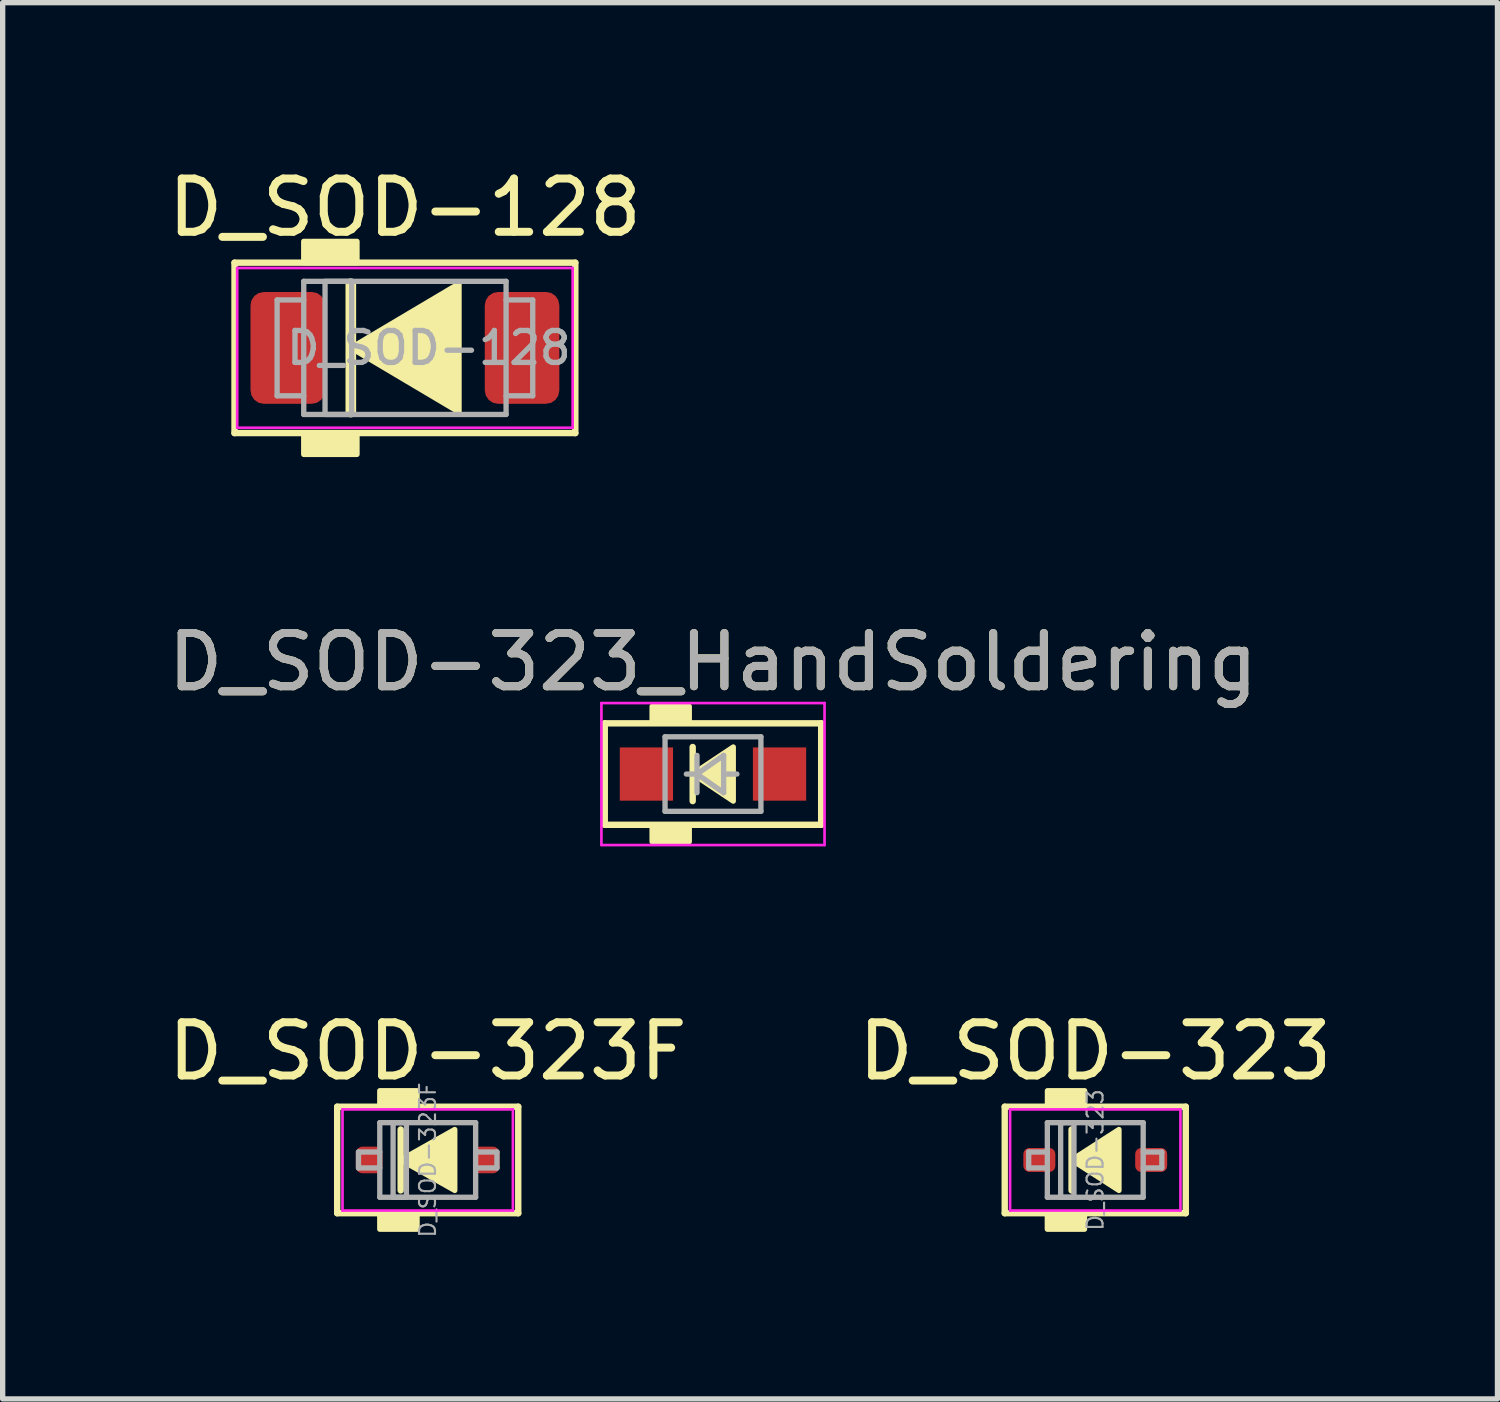
<source format=kicad_pcb>
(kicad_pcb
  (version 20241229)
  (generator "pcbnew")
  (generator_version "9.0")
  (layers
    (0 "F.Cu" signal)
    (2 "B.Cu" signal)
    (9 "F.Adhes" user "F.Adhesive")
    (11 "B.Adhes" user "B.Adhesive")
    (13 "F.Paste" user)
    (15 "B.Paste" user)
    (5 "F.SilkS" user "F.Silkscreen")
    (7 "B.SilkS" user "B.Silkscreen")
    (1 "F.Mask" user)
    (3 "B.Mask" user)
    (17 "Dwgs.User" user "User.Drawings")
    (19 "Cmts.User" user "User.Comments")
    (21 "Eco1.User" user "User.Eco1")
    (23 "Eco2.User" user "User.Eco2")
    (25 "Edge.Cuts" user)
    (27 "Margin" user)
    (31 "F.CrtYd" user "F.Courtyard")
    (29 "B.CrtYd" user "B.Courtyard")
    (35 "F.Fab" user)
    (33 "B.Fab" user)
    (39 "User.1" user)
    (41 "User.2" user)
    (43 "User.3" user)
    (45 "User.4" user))
  (footprint "D_SOD-323F"
    (layer "F.Cu")
    (at 4.982 18.733)
    (property "Reference" "D_SOD-323F" (at 0 -2.041 0) (layer "F.SilkS") (effects (font (size 1 1) (thickness 0.15))))
    (attr smd)
    (fp_line (start -1.7 -1) (end -1.7 1) (stroke (width 0.12) (type solid)) (layer "F.SilkS"))
    (fp_line (start -1.7 1) (end 1.7 1) (stroke (width 0.12) (type solid)) (layer "F.SilkS"))
    (fp_line (start -0.508 -0.572) (end -0.508 0.572) (stroke (width 0.12) (type solid)) (layer "F.SilkS"))
    (fp_line (start 1.7 -1) (end -1.7 -1) (stroke (width 0.12) (type solid)) (layer "F.SilkS"))
    (fp_line (start 1.7 1) (end 1.7 -1) (stroke (width 0.12) (type solid)) (layer "F.SilkS"))
    (fp_poly (pts (xy 0.508 0.572) (xy -0.508 0) (xy 0.508 -0.572)) (stroke (width 0.1) (type solid)) (fill yes) (layer "F.SilkS"))
    (fp_poly (pts (xy -0.2 -1) (xy -0.9 -1) (xy -0.9 -1.3) (xy -0.2 -1.3)) (stroke (width 0.1) (type solid)) (fill yes) (layer "F.SilkS"))
    (fp_poly (pts (xy -0.2 1.3) (xy -0.9 1.3) (xy -0.9 1) (xy -0.2 1)) (stroke (width 0.1) (type solid)) (fill yes) (layer "F.SilkS"))
    (fp_line (start -1.6 -0.95) (end -1.6 0.95) (stroke (width 0.05) (type solid)) (layer "F.CrtYd"))
    (fp_line (start -1.6 -0.95) (end 1.6 -0.95) (stroke (width 0.05) (type solid)) (layer "F.CrtYd"))
    (fp_line (start -1.6 0.95) (end 1.6 0.95) (stroke (width 0.05) (type solid)) (layer "F.CrtYd"))
    (fp_line (start 1.6 -0.95) (end 1.6 0.95) (stroke (width 0.05) (type solid)) (layer "F.CrtYd"))
    (fp_line (start -1.3 -0.15) (end -1.3 0.15) (stroke (width 0.1) (type solid)) (layer "F.Fab"))
    (fp_line (start -1.3 -0.15) (end -0.9 -0.15) (stroke (width 0.1) (type solid)) (layer "F.Fab"))
    (fp_line (start -1.3 0.15) (end -0.9 0.15) (stroke (width 0.1) (type solid)) (layer "F.Fab"))
    (fp_line (start -0.9 -0.7) (end 0.9 -0.7) (stroke (width 0.1) (type solid)) (layer "F.Fab"))
    (fp_line (start -0.9 0.7) (end -0.9 -0.7) (stroke (width 0.1) (type solid)) (layer "F.Fab"))
    (fp_line (start 0.9 -0.7) (end 0.9 0.7) (stroke (width 0.1) (type solid)) (layer "F.Fab"))
    (fp_line (start 0.9 0.7) (end -0.9 0.7) (stroke (width 0.1) (type solid)) (layer "F.Fab"))
    (fp_line (start 1.3 -0.15) (end 0.9 -0.15) (stroke (width 0.1) (type solid)) (layer "F.Fab"))
    (fp_line (start 1.3 0.15) (end 0.9 0.15) (stroke (width 0.1) (type solid)) (layer "F.Fab"))
    (fp_line (start 1.3 0.15) (end 1.3 -0.15) (stroke (width 0.1) (type solid)) (layer "F.Fab"))
    (fp_rect (start -0.65 -0.7) (end -0.4 0.7) (stroke (width 0.1) (type solid)) (fill no) (layer "F.Fab"))
    (fp_text user "${REFERENCE}" (at 0 0 270) (layer "F.Fab") (effects (font (size 0.3 0.3) (thickness 0.04))))
    (pad "1" smd roundrect (at -1.1 0) (size 0.5 0.5) (layers "F.Cu" "F.Mask" "F.Paste") (roundrect_rratio 0.25))
    (pad "2" smd roundrect (at 1.1 0) (size 0.5 0.5) (layers "F.Cu" "F.Mask" "F.Paste") (roundrect_rratio 0.25)))
  (footprint "D_SOD-323"
    (layer "F.Cu")
    (at 17.518 18.733)
    (property "Reference" "D_SOD-323" (at 0 -2.041 0) (layer "F.SilkS") (effects (font (size 1 1) (thickness 0.15))))
    (attr smd)
    (fp_line (start -1.7 -1) (end -1.7 1) (stroke (width 0.12) (type solid)) (layer "F.SilkS"))
    (fp_line (start -1.7 1) (end 1.7 1) (stroke (width 0.12) (type solid)) (layer "F.SilkS"))
    (fp_line (start -0.445 -0.572) (end -0.445 0.572) (stroke (width 0.12) (type solid)) (layer "F.SilkS"))
    (fp_line (start 1.7 -1) (end -1.7 -1) (stroke (width 0.12) (type solid)) (layer "F.SilkS"))
    (fp_line (start 1.7 1) (end 1.7 -1) (stroke (width 0.12) (type solid)) (layer "F.SilkS"))
    (fp_poly (pts (xy 0.445 0.572) (xy -0.445 0) (xy 0.445 -0.572)) (stroke (width 0.1) (type solid)) (fill yes) (layer "F.SilkS"))
    (fp_poly (pts (xy -0.202 1.3) (xy -0.9 1.3) (xy -0.9 1) (xy -0.202 1)) (stroke (width 0.1) (type solid)) (fill yes) (layer "F.SilkS"))
    (fp_poly (pts (xy -0.2 -1) (xy -0.898 -1) (xy -0.898 -1.3) (xy -0.2 -1.3)) (stroke (width 0.1) (type solid)) (fill yes) (layer "F.SilkS"))
    (fp_line (start -1.6 -0.95) (end -1.6 0.95) (stroke (width 0.05) (type solid)) (layer "F.CrtYd"))
    (fp_line (start -1.6 -0.95) (end 1.6 -0.95) (stroke (width 0.05) (type solid)) (layer "F.CrtYd"))
    (fp_line (start -1.6 0.95) (end 1.6 0.95) (stroke (width 0.05) (type solid)) (layer "F.CrtYd"))
    (fp_line (start 1.6 -0.95) (end 1.6 0.95) (stroke (width 0.05) (type solid)) (layer "F.CrtYd"))
    (fp_line (start -1.25 -0.15) (end -1.25 0.15) (stroke (width 0.1) (type solid)) (layer "F.Fab"))
    (fp_line (start -1.25 -0.15) (end -0.9 -0.15) (stroke (width 0.1) (type solid)) (layer "F.Fab"))
    (fp_line (start -1.25 0.15) (end -0.9 0.15) (stroke (width 0.1) (type solid)) (layer "F.Fab"))
    (fp_line (start -0.9 -0.7) (end 0.9 -0.7) (stroke (width 0.1) (type solid)) (layer "F.Fab"))
    (fp_line (start -0.9 0.7) (end -0.9 -0.7) (stroke (width 0.1) (type solid)) (layer "F.Fab"))
    (fp_line (start 0.9 -0.7) (end 0.9 0.7) (stroke (width 0.1) (type solid)) (layer "F.Fab"))
    (fp_line (start 0.9 0.7) (end -0.9 0.7) (stroke (width 0.1) (type solid)) (layer "F.Fab"))
    (fp_line (start 1.25 -0.15) (end 0.9 -0.15) (stroke (width 0.1) (type solid)) (layer "F.Fab"))
    (fp_line (start 1.25 0.15) (end 0.9 0.15) (stroke (width 0.1) (type solid)) (layer "F.Fab"))
    (fp_line (start 1.25 0.15) (end 1.25 -0.15) (stroke (width 0.1) (type solid)) (layer "F.Fab"))
    (fp_rect (start -0.65 -0.7) (end -0.4 0.7) (stroke (width 0.1) (type solid)) (fill no) (layer "F.Fab"))
    (fp_text user "${REFERENCE}" (at 0 0 90) (layer "F.Fab") (effects (font (size 0.3 0.3) (thickness 0.04))))
    (pad "1" smd roundrect (at -1.05 0) (size 0.6 0.45) (layers "F.Cu" "F.Mask" "F.Paste") (roundrect_rratio 0.25))
    (pad "2" smd roundrect (at 1.05 0) (size 0.6 0.45) (layers "F.Cu" "F.Mask" "F.Paste") (roundrect_rratio 0.25)))
  (footprint "D_SOD-323_HandSoldering"
    (layer "F.Cu")
    (at 10.339 11.486)
    (property "Reference" "D_SOD-323_HandSoldering" (at 0 -2.104 0) (layer "F.SilkS") (effects (font (size 1 1) (thickness 0.15))))
    (attr smd)
    (fp_line (start -2.032 -0.953) (end -2.032 0.953) (stroke (width 0.12) (type solid)) (layer "F.SilkS"))
    (fp_line (start -2.032 0.953) (end 2.032 0.953) (stroke (width 0.12) (type solid)) (layer "F.SilkS"))
    (fp_line (start -0.381 -0.508) (end -0.381 0.508) (stroke (width 0.12) (type solid)) (layer "F.SilkS"))
    (fp_line (start 2.032 -0.953) (end -2.032 -0.953) (stroke (width 0.12) (type solid)) (layer "F.SilkS"))
    (fp_line (start 2.032 0.953) (end 2.032 -0.953) (stroke (width 0.12) (type solid)) (layer "F.SilkS"))
    (fp_poly (pts (xy 0.381 0.508) (xy -0.381 0) (xy 0.381 -0.508)) (stroke (width 0.1) (type solid)) (fill yes) (layer "F.SilkS"))
    (fp_poly (pts (xy -0.445 -0.953) (xy -1.143 -0.953) (xy -1.143 -1.27) (xy -0.445 -1.27)) (stroke (width 0.1) (type solid)) (fill yes) (layer "F.SilkS"))
    (fp_poly (pts (xy -0.445 1.27) (xy -1.143 1.27) (xy -1.143 0.953) (xy -0.445 0.953)) (stroke (width 0.1) (type solid)) (fill yes) (layer "F.SilkS"))
    (fp_line (start -2.095 -1.333) (end -2.095 1.333) (stroke (width 0.05) (type solid)) (layer "F.CrtYd"))
    (fp_line (start -2.095 -1.333) (end 2.095 -1.333) (stroke (width 0.05) (type solid)) (layer "F.CrtYd"))
    (fp_line (start -2.095 1.333) (end 2.095 1.333) (stroke (width 0.05) (type solid)) (layer "F.CrtYd"))
    (fp_line (start 2.095 -1.333) (end 2.095 1.333) (stroke (width 0.05) (type solid)) (layer "F.CrtYd"))
    (fp_line (start -0.9 -0.7) (end 0.9 -0.7) (stroke (width 0.1) (type solid)) (layer "F.Fab"))
    (fp_line (start -0.9 0.7) (end -0.9 -0.7) (stroke (width 0.1) (type solid)) (layer "F.Fab"))
    (fp_line (start -0.3 -0.35) (end -0.3 0.35) (stroke (width 0.1) (type solid)) (layer "F.Fab"))
    (fp_line (start -0.3 0) (end -0.5 0) (stroke (width 0.1) (type solid)) (layer "F.Fab"))
    (fp_line (start -0.3 0) (end 0.2 -0.35) (stroke (width 0.1) (type solid)) (layer "F.Fab"))
    (fp_line (start 0.2 -0.35) (end 0.2 0.35) (stroke (width 0.1) (type solid)) (layer "F.Fab"))
    (fp_line (start 0.2 0) (end 0.45 0) (stroke (width 0.1) (type solid)) (layer "F.Fab"))
    (fp_line (start 0.2 0.35) (end -0.3 0) (stroke (width 0.1) (type solid)) (layer "F.Fab"))
    (fp_line (start 0.9 -0.7) (end 0.9 0.7) (stroke (width 0.1) (type solid)) (layer "F.Fab"))
    (fp_line (start 0.9 0.7) (end -0.9 0.7) (stroke (width 0.1) (type solid)) (layer "F.Fab"))
    (fp_text user "${REFERENCE}" (at 0 -2.104 0) (layer "F.Fab") (effects (font (size 1 1) (thickness 0.15))))
    (pad "1" smd rect (at -1.25 0) (size 1 1) (layers "F.Cu" "F.Mask" "F.Paste"))
    (pad "2" smd rect (at 1.25 0) (size 1 1) (layers "F.Cu" "F.Mask" "F.Paste")))
  (footprint "D_SOD-128"
    (layer "F.Cu")
    (at 4.554 3.483)
    (property "Reference" "D_SOD-128" (at 0 -2.635 0) (layer "F.SilkS") (effects (font (size 1 1) (thickness 0.15))))
    (attr smd)
    (fp_line (start -3.2 -1.6) (end -3.2 1.6) (stroke (width 0.12) (type solid)) (layer "F.SilkS"))
    (fp_line (start -3.2 1.6) (end 3.2 1.6) (stroke (width 0.12) (type solid)) (layer "F.SilkS"))
    (fp_line (start -1.016 -1.206) (end -1.016 1.206) (stroke (width 0.2) (type solid)) (layer "F.SilkS"))
    (fp_line (start 3.2 -1.6) (end -3.2 -1.6) (stroke (width 0.12) (type solid)) (layer "F.SilkS"))
    (fp_line (start 3.2 1.6) (end 3.2 -1.6) (stroke (width 0.12) (type solid)) (layer "F.SilkS"))
    (fp_poly (pts (xy 1.016 1.206) (xy -1.016 0) (xy 1.016 -1.206)) (stroke (width 0.1) (type solid)) (fill yes) (layer "F.SilkS"))
    (fp_poly (pts (xy -0.9 -1.6) (xy -1.9 -1.6) (xy -1.9 -2) (xy -0.9 -2)) (stroke (width 0.1) (type solid)) (fill yes) (layer "F.SilkS"))
    (fp_poly (pts (xy -0.9 2) (xy -1.9 2) (xy -1.9 1.6) (xy -0.9 1.6)) (stroke (width 0.1) (type solid)) (fill yes) (layer "F.SilkS"))
    (fp_line (start -3.15 -1.5) (end -3.15 1.5) (stroke (width 0.05) (type solid)) (layer "F.CrtYd"))
    (fp_line (start -3.15 -1.5) (end 3.15 -1.5) (stroke (width 0.05) (type solid)) (layer "F.CrtYd"))
    (fp_line (start 3.15 -1.5) (end 3.15 1.5) (stroke (width 0.05) (type solid)) (layer "F.CrtYd"))
    (fp_line (start 3.15 1.5) (end -3.15 1.5) (stroke (width 0.05) (type solid)) (layer "F.CrtYd"))
    (fp_line (start -2.4 -0.9) (end -2.4 0.9) (stroke (width 0.1) (type solid)) (layer "F.Fab"))
    (fp_line (start -2.4 -0.9) (end -1.9 -0.9) (stroke (width 0.1) (type solid)) (layer "F.Fab"))
    (fp_line (start -2.4 0.9) (end -1.9 0.9) (stroke (width 0.1) (type solid)) (layer "F.Fab"))
    (fp_line (start -1.9 -1.25) (end 1.9 -1.25) (stroke (width 0.1) (type solid)) (layer "F.Fab"))
    (fp_line (start -1.9 1.25) (end -1.9 -1.25) (stroke (width 0.1) (type solid)) (layer "F.Fab"))
    (fp_line (start 1.9 -1.25) (end 1.9 1.25) (stroke (width 0.1) (type solid)) (layer "F.Fab"))
    (fp_line (start 1.9 1.25) (end -1.9 1.25) (stroke (width 0.1) (type solid)) (layer "F.Fab"))
    (fp_line (start 2.4 -0.9) (end 1.9 -0.9) (stroke (width 0.1) (type solid)) (layer "F.Fab"))
    (fp_line (start 2.4 0.9) (end 1.9 0.9) (stroke (width 0.1) (type solid)) (layer "F.Fab"))
    (fp_line (start 2.4 0.9) (end 2.4 -0.9) (stroke (width 0.1) (type solid)) (layer "F.Fab"))
    (fp_rect (start -1.5 -1.25) (end -1 1.25) (stroke (width 0.1) (type solid)) (fill no) (layer "F.Fab"))
    (fp_text user "${REFERENCE}" (at 0.45 0 0) (layer "F.Fab") (effects (font (size 0.6 0.6) (thickness 0.1))))
    (pad "1" smd roundrect (at -2.2 0) (size 1.4 2.1) (layers "F.Cu" "F.Mask" "F.Paste") (roundrect_rratio 0.179))
    (pad "2" smd roundrect (at 2.2 0) (size 1.4 2.1) (layers "F.Cu" "F.Mask" "F.Paste") (roundrect_rratio 0.179)))
  (gr_rect
    (start -3 -3)
    (end 25.071 23.22)
    (stroke (width 0.1) (type default))
    (fill no)
    (layer "Edge.Cuts")))
</source>
